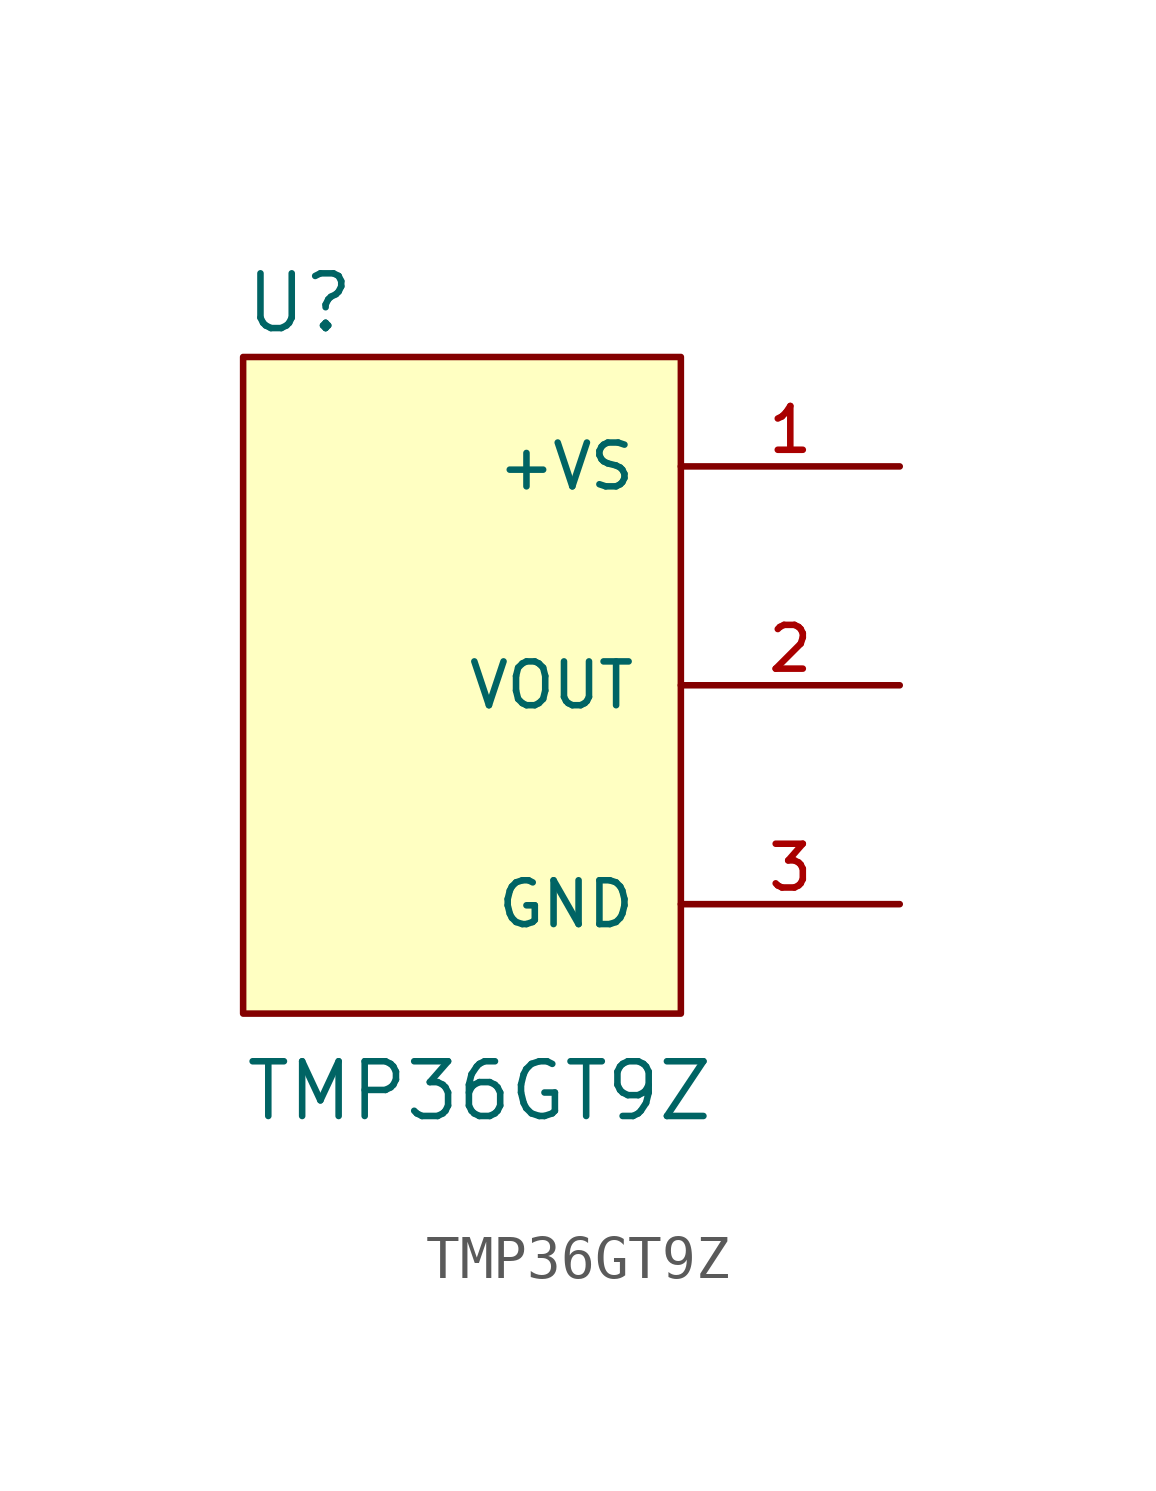
<source format=kicad_sym>
(kicad_symbol_lib
  (version 20211014)
  (generator kicad_symbol_editor)
  (symbol "TMP36GT9Z"
    (pin_names
      (offset 1.016))
    (property "Reference" "U"
      (at -5.08 8.128 0)
      (effects (font (size 1.27 1.27)) (justify bottom left)))
    (property "Value" "TMP36GT9Z"
      (at -5.08 -10.16 0)
      (effects (font (size 1.27 1.27)) (justify bottom left)))
    (symbol "TMP36GT9Z_0_0"
      (rectangle (start -5.08 -7.62) (end 5.08 7.62) (stroke (width 0.152)) (fill (type background)))
      (pin power_in line (at 10.16 5.08 180.0) (length 5.08) (name "+VS" (effects (font (size 1.016 1.016)))) (number "1" (effects (font (size 1.016 1.016)))))
      (pin output line (at 10.16 0.0 180.0) (length 5.08) (name "VOUT" (effects (font (size 1.016 1.016)))) (number "2" (effects (font (size 1.016 1.016)))))
      (pin power_in line (at 10.16 -5.08 180.0) (length 5.08) (name "GND" (effects (font (size 1.016 1.016)))) (number "3" (effects (font (size 1.016 1.016))))))))
</source>
